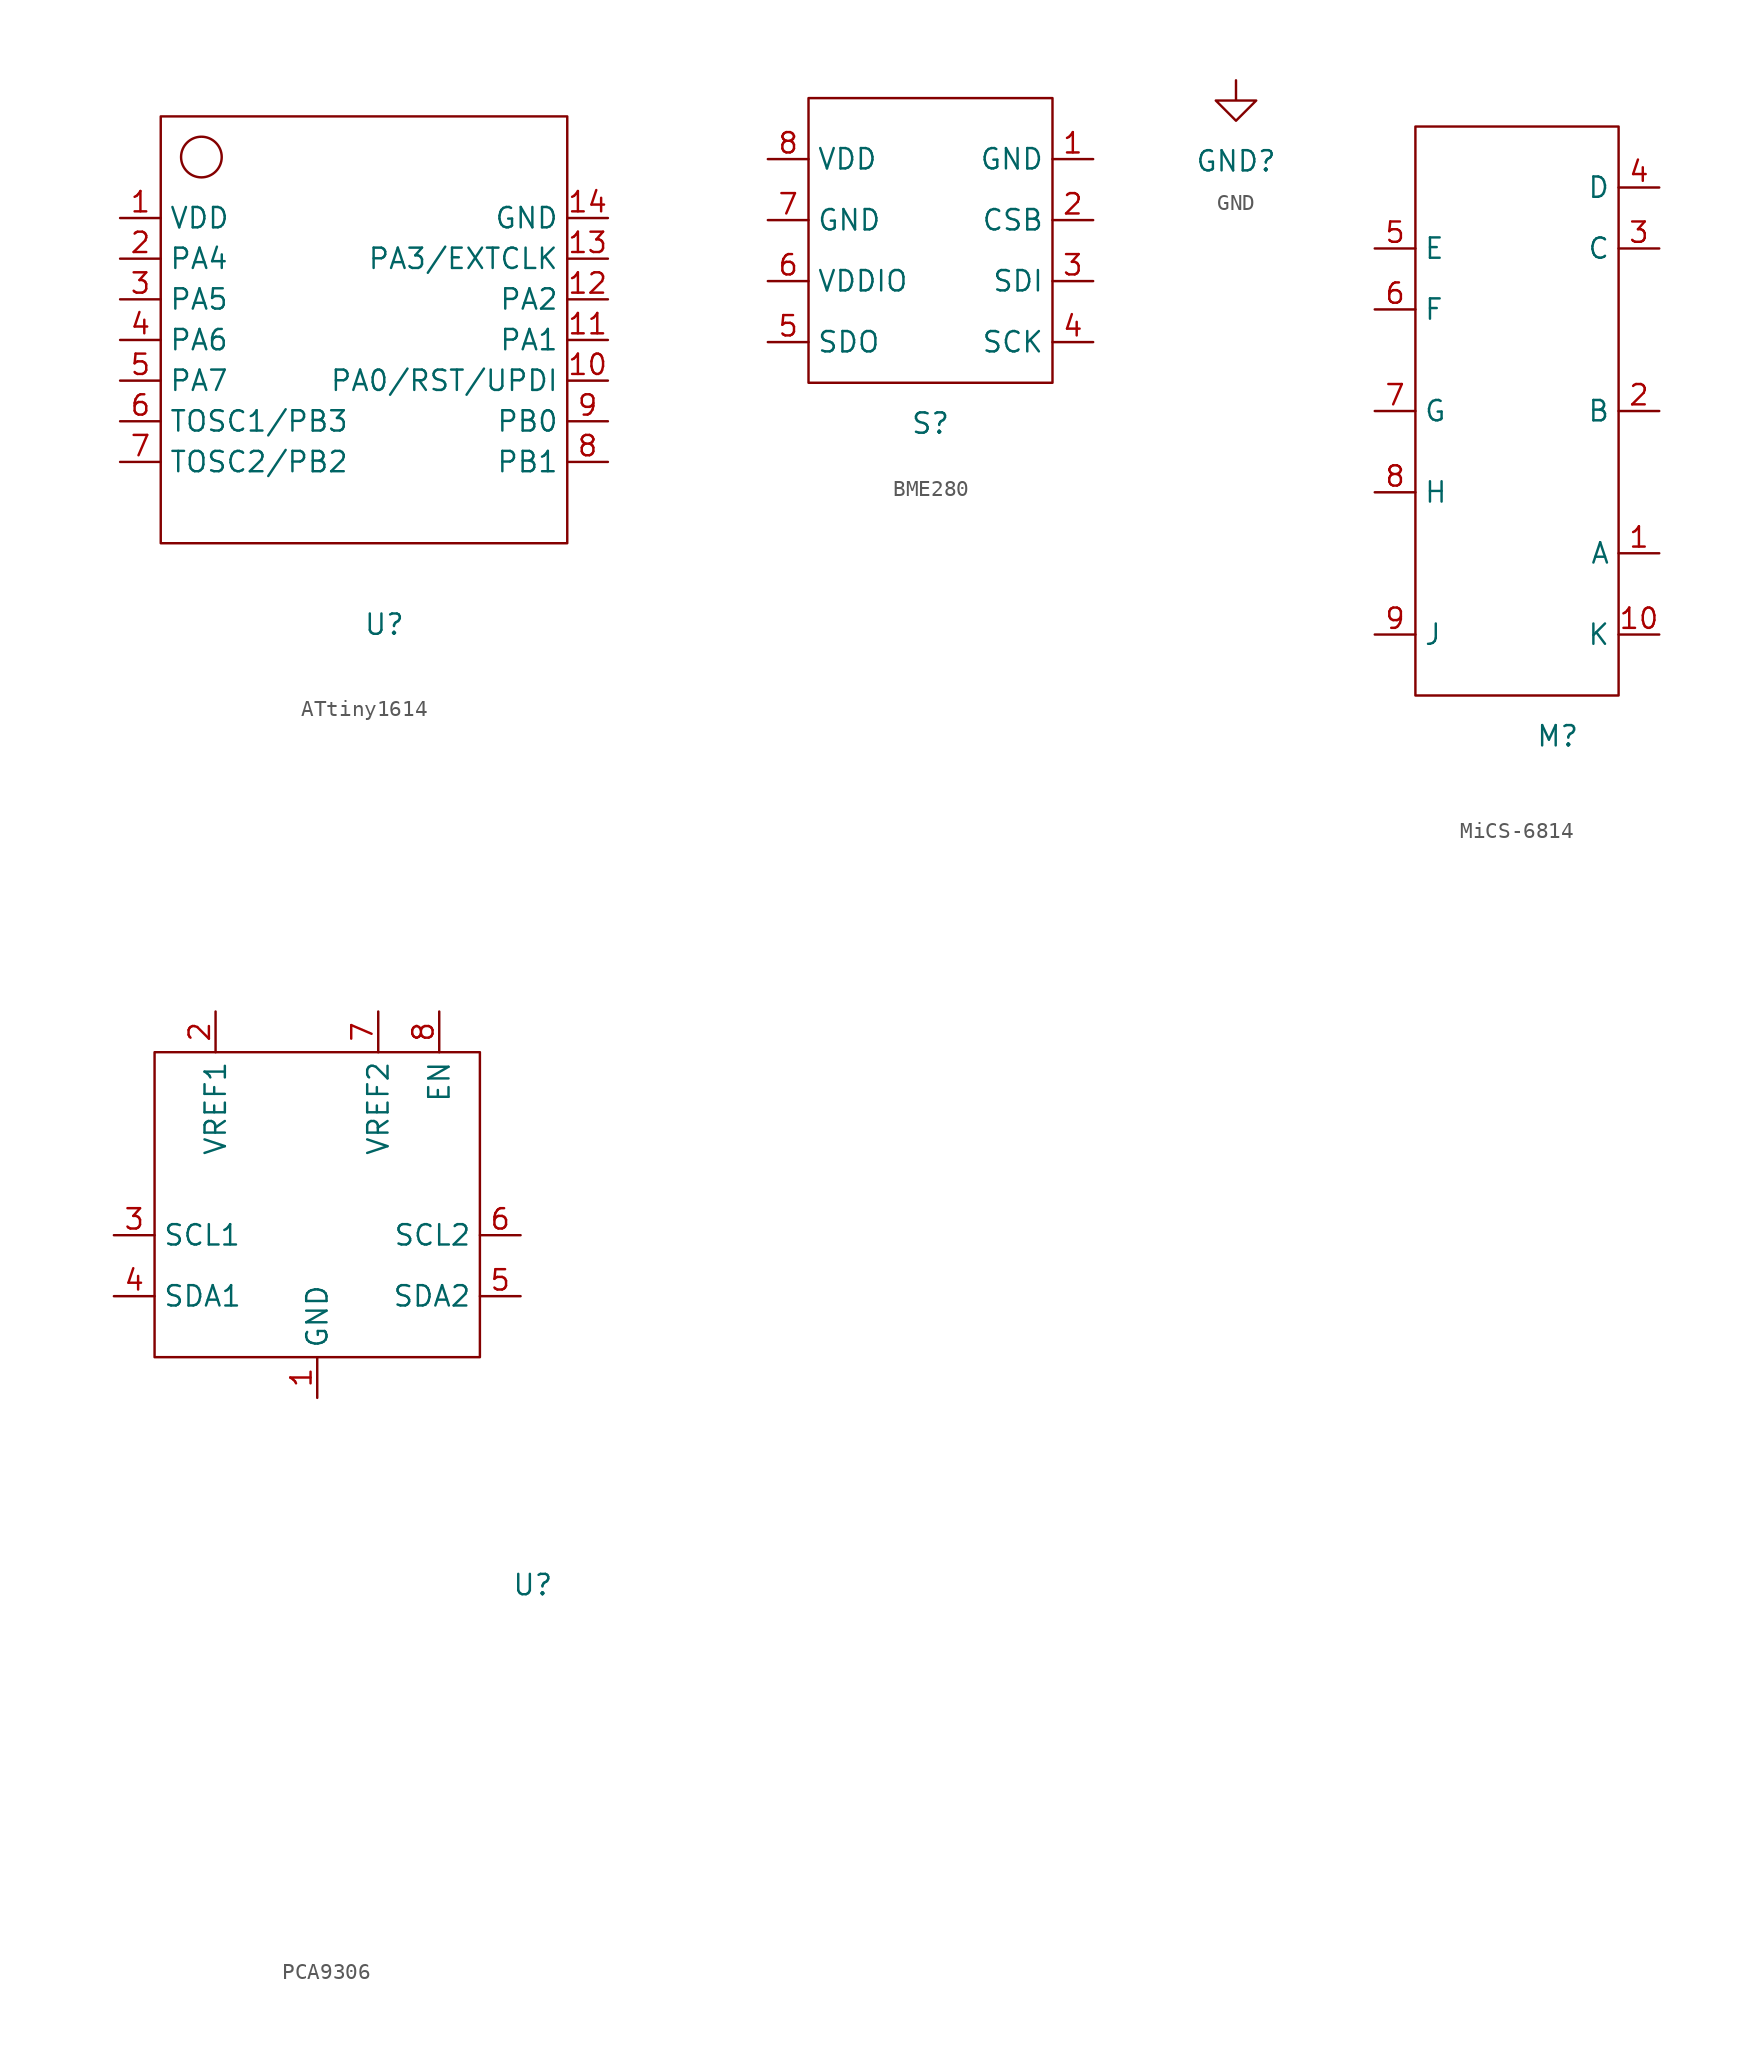
<source format=kicad_sym>
(kicad_symbol_lib
  (version 20241209)
  (generator "kicad_symbol_editor")
  (generator_version "9.0")
  (symbol "ATtiny1614"
    (property "Reference" "U"
      (at 0 0 0)
      (effects (font (size 1.27 1.27))))
    (property "Value" ""
      (at 0 0 0)
      (effects (font (size 1.27 1.27))))
    (symbol "ATtiny1614_0_1"
      (rectangle (start -13.97 31.75) (end 11.43 5.08) (stroke (width 0) (type default)) (fill (type none)))
      (circle (center -11.43 29.21) (radius 1.27) (stroke (width 0) (type default)) (fill (type none))))
    (symbol "ATtiny1614_1_1"
      (pin power_in line (at -16.51 25.4 0) (length 2.54) (name "VDD" (effects (font (size 1.27 1.27)))) (number "1" (effects (font (size 1.27 1.27)))))
      (pin bidirectional line (at -16.51 22.86 0) (length 2.54) (name "PA4" (effects (font (size 1.27 1.27)))) (number "2" (effects (font (size 1.27 1.27)))))
      (pin bidirectional line (at -16.51 20.32 0) (length 2.54) (name "PA5" (effects (font (size 1.27 1.27)))) (number "3" (effects (font (size 1.27 1.27)))))
      (pin bidirectional line (at -16.51 17.78 0) (length 2.54) (name "PA6" (effects (font (size 1.27 1.27)))) (number "4" (effects (font (size 1.27 1.27)))))
      (pin bidirectional line (at -16.51 15.24 0) (length 2.54) (name "PA7" (effects (font (size 1.27 1.27)))) (number "5" (effects (font (size 1.27 1.27)))))
      (pin bidirectional line (at -16.51 12.7 0) (length 2.54) (name "TOSC1/PB3" (effects (font (size 1.27 1.27)))) (number "6" (effects (font (size 1.27 1.27)))))
      (pin bidirectional line (at -16.51 10.16 0) (length 2.54) (name "TOSC2/PB2" (effects (font (size 1.27 1.27)))) (number "7" (effects (font (size 1.27 1.27)))))
      (pin power_in line (at 13.97 25.4 180) (length 2.54) (name "GND" (effects (font (size 1.27 1.27)))) (number "14" (effects (font (size 1.27 1.27)))))
      (pin bidirectional line (at 13.97 22.86 180) (length 2.54) (name "PA3/EXTCLK" (effects (font (size 1.27 1.27)))) (number "13" (effects (font (size 1.27 1.27)))))
      (pin bidirectional line (at 13.97 20.32 180) (length 2.54) (name "PA2" (effects (font (size 1.27 1.27)))) (number "12" (effects (font (size 1.27 1.27)))))
      (pin bidirectional line (at 13.97 17.78 180) (length 2.54) (name "PA1" (effects (font (size 1.27 1.27)))) (number "11" (effects (font (size 1.27 1.27)))))
      (pin bidirectional line (at 13.97 15.24 180) (length 2.54) (name "PA0/RST/UPDI" (effects (font (size 1.27 1.27)))) (number "10" (effects (font (size 1.27 1.27)))))
      (pin bidirectional line (at 13.97 12.7 180) (length 2.54) (name "PB0" (effects (font (size 1.27 1.27)))) (number "9" (effects (font (size 1.27 1.27)))))
      (pin bidirectional line (at 13.97 10.16 180) (length 2.54) (name "PB1" (effects (font (size 1.27 1.27)))) (number "8" (effects (font (size 1.27 1.27)))))))
  (symbol "BME280"
    (property "Reference" "S"
      (at 0 0 0)
      (effects (font (size 1.27 1.27))))
    (property "Value" ""
      (at 0 0 0)
      (effects (font (size 1.27 1.27))))
    (symbol "BME280_0_1"
      (rectangle (start -7.62 20.32) (end 7.62 2.54) (stroke (width 0) (type default)) (fill (type none))))
    (symbol "BME280_1_1"
      (pin power_in line (at -10.16 16.51 0) (length 2.54) (name "VDD" (effects (font (size 1.27 1.27)))) (number "8" (effects (font (size 1.27 1.27)))))
      (pin power_in line (at -10.16 12.7 0) (length 2.54) (name "GND" (effects (font (size 1.27 1.27)))) (number "7" (effects (font (size 1.27 1.27)))))
      (pin power_in line (at -10.16 8.89 0) (length 2.54) (name "VDDIO" (effects (font (size 1.27 1.27)))) (number "6" (effects (font (size 1.27 1.27)))))
      (pin bidirectional line (at -10.16 5.08 0) (length 2.54) (name "SDO" (effects (font (size 1.27 1.27)))) (number "5" (effects (font (size 1.27 1.27)))))
      (pin power_in line (at 10.16 16.51 180) (length 2.54) (name "GND" (effects (font (size 1.27 1.27)))) (number "1" (effects (font (size 1.27 1.27)))))
      (pin input line (at 10.16 12.7 180) (length 2.54) (name "CSB" (effects (font (size 1.27 1.27)))) (number "2" (effects (font (size 1.27 1.27)))))
      (pin bidirectional line (at 10.16 8.89 180) (length 2.54) (name "SDI" (effects (font (size 1.27 1.27)))) (number "3" (effects (font (size 1.27 1.27)))))
      (pin input line (at 10.16 5.08 180) (length 2.54) (name "SCK" (effects (font (size 1.27 1.27)))) (number "4" (effects (font (size 1.27 1.27)))))))
  (symbol "GND"
    (power)
    (property "Reference" "GND"
      (at 0 0 0)
      (effects (font (size 1.27 1.27))))
    (property "Value" ""
      (at 0 0 0)
      (effects (font (size 1.27 1.27))))
    (symbol "GND_0_1"
      (polyline (pts (xy 0 5.08) (xy 0 3.81) (xy 1.27 3.81) (xy 0 2.54) (xy -1.27 3.81) (xy 0 3.81)) (stroke (width 0) (type default)) (fill (type none))))
    (symbol "GND_1_1"
      (pin power_in line (at 0 5.08 270) (length 0) (hide yes) (name "~" (effects (font (size 1.27 1.27)))) (number "1" (effects (font (size 1.27 1.27)))))))
  (symbol "MiCS-6814"
    (property "Reference" "M"
      (at 0 0 0)
      (effects (font (size 1.27 1.27))))
    (property "Value" ""
      (at 0 0 0)
      (effects (font (size 1.27 1.27))))
    (symbol "MiCS-6814_0_1"
      (rectangle (start -8.89 38.1) (end 3.81 2.54) (stroke (width 0) (type default)) (fill (type none))))
    (symbol "MiCS-6814_1_1"
      (pin power_in line (at -11.43 30.48 0) (length 2.54) (name "E" (effects (font (size 1.27 1.27)))) (number "5" (effects (font (size 1.27 1.27)))))
      (pin power_in line (at -11.43 26.67 0) (length 2.54) (name "F" (effects (font (size 1.27 1.27)))) (number "6" (effects (font (size 1.27 1.27)))))
      (pin power_in line (at -11.43 20.32 0) (length 2.54) (name "G" (effects (font (size 1.27 1.27)))) (number "7" (effects (font (size 1.27 1.27)))))
      (pin output line (at -11.43 15.24 0) (length 2.54) (name "H" (effects (font (size 1.27 1.27)))) (number "8" (effects (font (size 1.27 1.27)))))
      (pin power_in line (at -11.43 6.35 0) (length 2.54) (name "J" (effects (font (size 1.27 1.27)))) (number "9" (effects (font (size 1.27 1.27)))))
      (pin output line (at 6.35 34.29 180) (length 2.54) (name "D" (effects (font (size 1.27 1.27)))) (number "4" (effects (font (size 1.27 1.27)))))
      (pin power_in line (at 6.35 30.48 180) (length 2.54) (name "C" (effects (font (size 1.27 1.27)))) (number "3" (effects (font (size 1.27 1.27)))))
      (pin power_in line (at 6.35 20.32 180) (length 2.54) (name "B" (effects (font (size 1.27 1.27)))) (number "2" (effects (font (size 1.27 1.27)))))
      (pin output line (at 6.35 11.43 180) (length 2.54) (name "A" (effects (font (size 1.27 1.27)))) (number "1" (effects (font (size 1.27 1.27)))))
      (pin power_in line (at 6.35 6.35 180) (length 2.54) (name "K" (effects (font (size 1.27 1.27)))) (number "10" (effects (font (size 1.27 1.27)))))))
  (symbol "PCA9306"
    (property "Reference" "U"
      (at 13.462 17.526 0)
      (effects (font (size 1.27 1.27))))
    (property "Value" ""
      (at 0 0 0)
      (effects (font (size 1.27 1.27))))
    (symbol "PCA9306_0_1"
      (rectangle (start -10.16 50.8) (end 10.16 31.75) (stroke (width 0) (type default)) (fill (type none))))
    (symbol "PCA9306_1_1"
      (pin bidirectional line (at -12.7 39.37 0) (length 2.54) (name "SCL1" (effects (font (size 1.27 1.27)))) (number "3" (effects (font (size 1.27 1.27)))))
      (pin bidirectional line (at -12.7 35.56 0) (length 2.54) (name "SDA1" (effects (font (size 1.27 1.27)))) (number "4" (effects (font (size 1.27 1.27)))))
      (pin power_in line (at -6.35 53.34 270) (length 2.54) (name "VREF1" (effects (font (size 1.27 1.27)))) (number "2" (effects (font (size 1.27 1.27)))))
      (pin power_in line (at 0 29.21 90) (length 2.54) (name "GND" (effects (font (size 1.27 1.27)))) (number "1" (effects (font (size 1.27 1.27)))))
      (pin power_in line (at 3.81 53.34 270) (length 2.54) (name "VREF2" (effects (font (size 1.27 1.27)))) (number "7" (effects (font (size 1.27 1.27)))))
      (pin input line (at 7.62 53.34 270) (length 2.54) (name "EN" (effects (font (size 1.27 1.27)))) (number "8" (effects (font (size 1.27 1.27)))))
      (pin bidirectional line (at 12.7 39.37 180) (length 2.54) (name "SCL2" (effects (font (size 1.27 1.27)))) (number "6" (effects (font (size 1.27 1.27)))))
      (pin bidirectional line (at 12.7 35.56 180) (length 2.54) (name "SDA2" (effects (font (size 1.27 1.27)))) (number "5" (effects (font (size 1.27 1.27))))))))
</source>
